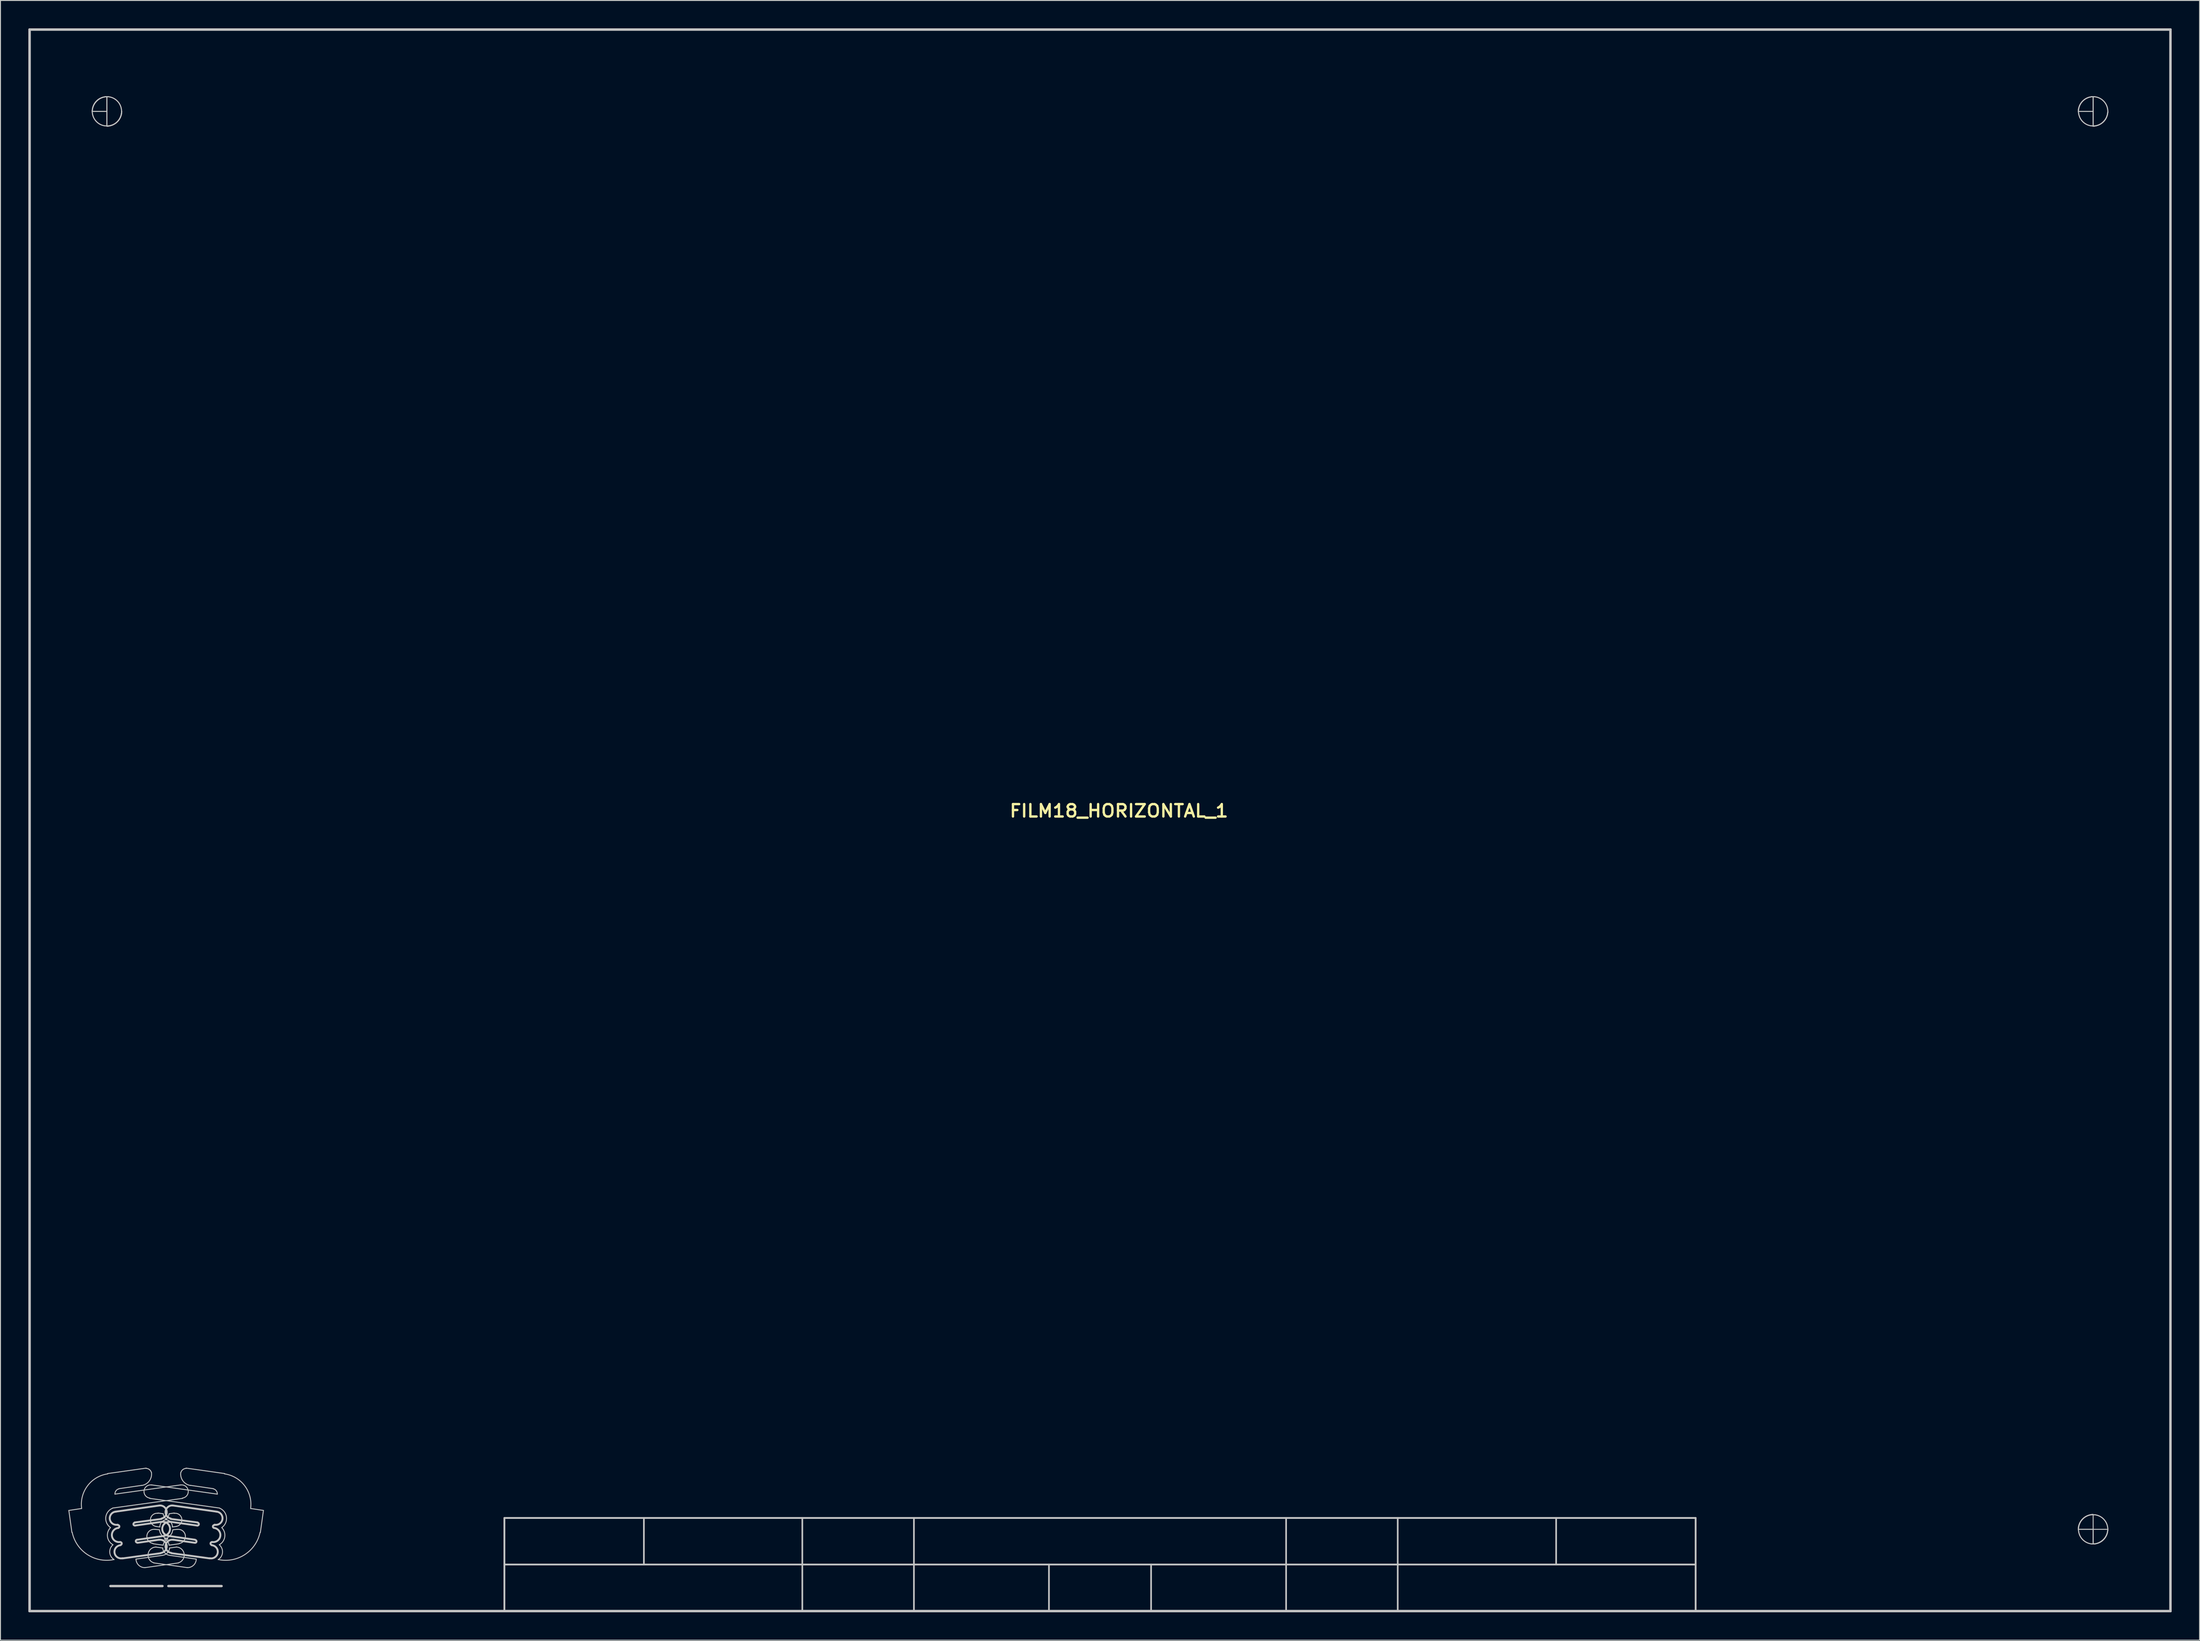
<source format=kicad_pcb>
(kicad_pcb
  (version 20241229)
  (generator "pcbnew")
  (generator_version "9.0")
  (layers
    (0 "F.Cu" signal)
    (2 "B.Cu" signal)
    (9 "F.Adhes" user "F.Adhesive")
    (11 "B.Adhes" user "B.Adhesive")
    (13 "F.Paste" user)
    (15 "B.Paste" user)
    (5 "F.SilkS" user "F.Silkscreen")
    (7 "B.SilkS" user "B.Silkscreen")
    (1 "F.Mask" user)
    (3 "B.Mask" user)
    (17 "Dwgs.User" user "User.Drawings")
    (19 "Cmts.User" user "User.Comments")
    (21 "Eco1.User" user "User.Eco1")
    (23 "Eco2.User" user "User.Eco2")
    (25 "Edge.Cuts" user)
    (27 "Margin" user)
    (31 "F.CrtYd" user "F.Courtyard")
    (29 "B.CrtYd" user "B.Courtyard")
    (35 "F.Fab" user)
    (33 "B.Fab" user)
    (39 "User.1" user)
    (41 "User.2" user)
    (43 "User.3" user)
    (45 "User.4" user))
  (footprint "FILM18_HORIZONTAL_1"
    (layer "F.Cu")
    (at 115.113 85.115)
    (property "Reference" "FILM18_HORIZONTAL_1" (at 2.032 -1.016 0) (unlocked yes) (layer "F.SilkS") (effects (font (size 1.333 1.402) (thickness 0.254))))
    (attr smd)
    (fp_line (start -114.986 -84.988) (end 114.986 -84.988) (stroke (width 0.254) (type solid)) (layer "Dwgs.User"))
    (fp_line (start -114.986 -84.988) (end 114.986 -84.988) (stroke (width 0.254) (type solid)) (layer "Dwgs.User"))
    (fp_line (start -114.986 84.988) (end -114.986 -84.988) (stroke (width 0.254) (type solid)) (layer "Dwgs.User"))
    (fp_line (start -114.986 84.988) (end -114.986 -84.988) (stroke (width 0.254) (type solid)) (layer "Dwgs.User"))
    (fp_line (start -114.986 84.988) (end 114.986 84.988) (stroke (width 0.254) (type solid)) (layer "Dwgs.User"))
    (fp_line (start -114.986 84.988) (end 114.986 84.988) (stroke (width 0.254) (type solid)) (layer "Dwgs.User"))
    (fp_line (start -110.769 74.168) (end -110.439 76.53) (stroke (width 0.1) (type solid)) (layer "Dwgs.User"))
    (fp_line (start -110.769 74.168) (end -109.423 73.965) (stroke (width 0.1) (type solid)) (layer "Dwgs.User"))
    (fp_line (start -108.255 -76.2) (end -106.68 -76.2) (stroke (width 0.1) (type solid)) (layer "Dwgs.User"))
    (fp_line (start -108.255 -76.2) (end -106.68 -76.2) (stroke (width 0.1) (type solid)) (layer "Dwgs.User"))
    (fp_line (start -106.68 -76.2) (end -106.68 -77.775) (stroke (width 0.1) (type solid)) (layer "Dwgs.User"))
    (fp_line (start -106.68 -76.2) (end -106.68 -77.775) (stroke (width 0.1) (type solid)) (layer "Dwgs.User"))
    (fp_line (start -106.68 -74.6) (end -106.68 -76.2) (stroke (width 0.1) (type solid)) (layer "Dwgs.User"))
    (fp_line (start -106.68 -74.6) (end -106.68 -76.2) (stroke (width 0.1) (type solid)) (layer "Dwgs.User"))
    (fp_line (start -106.604 70.206) (end -102.464 69.621) (stroke (width 0.1) (type solid)) (layer "Dwgs.User"))
    (fp_line (start -106.299 82.296) (end -100.711 82.296) (stroke (width 0.254) (type solid)) (layer "Dwgs.User"))
    (fp_line (start -106.07 73.914) (end -98.552 72.873) (stroke (width 0.1) (type solid)) (layer "Dwgs.User"))
    (fp_line (start -105.816 72.415) (end -98.755 71.425) (stroke (width 0.1) (type solid)) (layer "Dwgs.User"))
    (fp_line (start -105.715 74.295) (end -101.016 73.635) (stroke (width 0.203) (type solid)) (layer "Dwgs.User"))
    (fp_line (start -105.385 71.831) (end -102.946 71.476) (stroke (width 0.1) (type solid)) (layer "Dwgs.User"))
    (fp_line (start -105.004 79.324) (end -100.889 78.765) (stroke (width 0.203) (type solid)) (layer "Dwgs.User"))
    (fp_line (start -103.708 75.463) (end -100.813 75.082) (stroke (width 0.203) (type solid)) (layer "Dwgs.User"))
    (fp_line (start -103.657 75.794) (end -100.762 75.387) (stroke (width 0.203) (type solid)) (layer "Dwgs.User"))
    (fp_line (start -103.556 79.4) (end -100.686 78.994) (stroke (width 0.1) (type solid)) (layer "Dwgs.User"))
    (fp_line (start -103.429 77.318) (end -100.559 76.911) (stroke (width 0.203) (type solid)) (layer "Dwgs.User"))
    (fp_line (start -103.403 77.648) (end -101.092 77.318) (stroke (width 0.203) (type solid)) (layer "Dwgs.User"))
    (fp_line (start -102.591 80.315) (end -98.984 79.807) (stroke (width 0.1) (type solid)) (layer "Dwgs.User"))
    (fp_line (start -102.083 72.873) (end -94.564 73.914) (stroke (width 0.1) (type solid)) (layer "Dwgs.User"))
    (fp_line (start -101.879 71.425) (end -94.818 72.415) (stroke (width 0.1) (type solid)) (layer "Dwgs.User"))
    (fp_line (start -101.727 77.749) (end -100.635 77.902) (stroke (width 0.1) (type solid)) (layer "Dwgs.User"))
    (fp_line (start -101.651 79.807) (end -98.044 80.315) (stroke (width 0.1) (type solid)) (layer "Dwgs.User"))
    (fp_line (start -101.524 76.2) (end -101.041 76.251) (stroke (width 0.1) (type solid)) (layer "Dwgs.User"))
    (fp_line (start -101.422 78.105) (end -100.686 78.207) (stroke (width 0.1) (type solid)) (layer "Dwgs.User"))
    (fp_line (start -101.397 75.895) (end -100.99 75.946) (stroke (width 0.1) (type solid)) (layer "Dwgs.User"))
    (fp_line (start -101.194 74.447) (end -100.635 74.524) (stroke (width 0.1) (type solid)) (layer "Dwgs.User"))
    (fp_line (start -100.076 76.911) (end -97.206 77.318) (stroke (width 0.203) (type solid)) (layer "Dwgs.User"))
    (fp_line (start -100.076 82.296) (end -94.361 82.296) (stroke (width 0.254) (type solid)) (layer "Dwgs.User"))
    (fp_line (start -100 74.524) (end -99.441 74.447) (stroke (width 0.1) (type solid)) (layer "Dwgs.User"))
    (fp_line (start -100 77.902) (end -98.908 77.749) (stroke (width 0.1) (type solid)) (layer "Dwgs.User"))
    (fp_line (start -99.949 78.207) (end -99.212 78.105) (stroke (width 0.1) (type solid)) (layer "Dwgs.User"))
    (fp_line (start -99.949 78.994) (end -97.079 79.4) (stroke (width 0.1) (type solid)) (layer "Dwgs.User"))
    (fp_line (start -99.873 75.387) (end -96.977 75.794) (stroke (width 0.203) (type solid)) (layer "Dwgs.User"))
    (fp_line (start -99.822 75.082) (end -96.926 75.463) (stroke (width 0.203) (type solid)) (layer "Dwgs.User"))
    (fp_line (start -99.746 78.765) (end -95.631 79.324) (stroke (width 0.203) (type solid)) (layer "Dwgs.User"))
    (fp_line (start -99.644 75.946) (end -99.238 75.895) (stroke (width 0.1) (type solid)) (layer "Dwgs.User"))
    (fp_line (start -99.619 73.635) (end -94.92 74.295) (stroke (width 0.203) (type solid)) (layer "Dwgs.User"))
    (fp_line (start -99.593 76.251) (end -99.136 76.2) (stroke (width 0.1) (type solid)) (layer "Dwgs.User"))
    (fp_line (start -99.543 77.318) (end -97.231 77.648) (stroke (width 0.203) (type solid)) (layer "Dwgs.User"))
    (fp_line (start -98.171 69.621) (end -94.031 70.206) (stroke (width 0.1) (type solid)) (layer "Dwgs.User"))
    (fp_line (start -97.688 71.476) (end -95.25 71.831) (stroke (width 0.1) (type solid)) (layer "Dwgs.User"))
    (fp_line (start -91.211 73.965) (end -89.865 74.168) (stroke (width 0.1) (type solid)) (layer "Dwgs.User"))
    (fp_line (start -90.195 76.53) (end -89.865 74.168) (stroke (width 0.1) (type solid)) (layer "Dwgs.User"))
    (fp_line (start -63.983 74.981) (end 63.983 74.981) (stroke (width 0.178) (type solid)) (layer "Dwgs.User"))
    (fp_line (start -63.983 74.981) (end 63.983 74.981) (stroke (width 0.178) (type solid)) (layer "Dwgs.User"))
    (fp_line (start -63.983 79.985) (end 63.983 79.985) (stroke (width 0.178) (type solid)) (layer "Dwgs.User"))
    (fp_line (start -63.983 79.985) (end 63.983 79.985) (stroke (width 0.178) (type solid)) (layer "Dwgs.User"))
    (fp_line (start -63.983 84.988) (end -63.983 74.981) (stroke (width 0.178) (type solid)) (layer "Dwgs.User"))
    (fp_line (start -63.983 84.988) (end -63.983 74.981) (stroke (width 0.178) (type solid)) (layer "Dwgs.User"))
    (fp_line (start -63.983 84.988) (end 63.983 84.988) (stroke (width 0.178) (type solid)) (layer "Dwgs.User"))
    (fp_line (start -63.983 84.988) (end 63.983 84.988) (stroke (width 0.178) (type solid)) (layer "Dwgs.User"))
    (fp_line (start -48.997 79.985) (end -48.997 74.981) (stroke (width 0.178) (type solid)) (layer "Dwgs.User"))
    (fp_line (start -31.979 84.988) (end -31.979 74.981) (stroke (width 0.178) (type solid)) (layer "Dwgs.User"))
    (fp_line (start -19.99 84.988) (end -19.99 74.981) (stroke (width 0.178) (type solid)) (layer "Dwgs.User"))
    (fp_line (start -19.99 84.988) (end -19.482 84.988) (stroke (width 0.178) (type solid)) (layer "Dwgs.User"))
    (fp_line (start -5.486 84.988) (end -5.486 79.985) (stroke (width 0.178) (type solid)) (layer "Dwgs.User"))
    (fp_line (start 5.486 84.988) (end 5.486 79.985) (stroke (width 0.178) (type solid)) (layer "Dwgs.User"))
    (fp_line (start 19.482 84.988) (end 19.99 84.988) (stroke (width 0.178) (type solid)) (layer "Dwgs.User"))
    (fp_line (start 19.99 84.988) (end 19.99 74.981) (stroke (width 0.178) (type solid)) (layer "Dwgs.User"))
    (fp_line (start 31.979 84.988) (end 31.979 74.981) (stroke (width 0.178) (type solid)) (layer "Dwgs.User"))
    (fp_line (start 48.997 79.985) (end 48.997 74.981) (stroke (width 0.178) (type solid)) (layer "Dwgs.User"))
    (fp_line (start 63.983 84.988) (end 63.983 74.981) (stroke (width 0.178) (type solid)) (layer "Dwgs.User"))
    (fp_line (start 63.983 84.988) (end 63.983 74.981) (stroke (width 0.178) (type solid)) (layer "Dwgs.User"))
    (fp_line (start 105.08 -76.2) (end 106.68 -76.2) (stroke (width 0.1) (type solid)) (layer "Dwgs.User"))
    (fp_line (start 105.08 -76.2) (end 106.68 -76.2) (stroke (width 0.1) (type solid)) (layer "Dwgs.User"))
    (fp_line (start 105.08 76.2) (end 106.68 76.2) (stroke (width 0.1) (type solid)) (layer "Dwgs.User"))
    (fp_line (start 105.08 76.2) (end 106.68 76.2) (stroke (width 0.1) (type solid)) (layer "Dwgs.User"))
    (fp_line (start 106.68 -76.2) (end 106.68 -77.775) (stroke (width 0.1) (type solid)) (layer "Dwgs.User"))
    (fp_line (start 106.68 -76.2) (end 106.68 -77.775) (stroke (width 0.1) (type solid)) (layer "Dwgs.User"))
    (fp_line (start 106.68 -74.6) (end 106.68 -76.2) (stroke (width 0.1) (type solid)) (layer "Dwgs.User"))
    (fp_line (start 106.68 -74.6) (end 106.68 -76.2) (stroke (width 0.1) (type solid)) (layer "Dwgs.User"))
    (fp_line (start 106.68 76.2) (end 106.68 74.6) (stroke (width 0.1) (type solid)) (layer "Dwgs.User"))
    (fp_line (start 106.68 76.2) (end 108.255 76.2) (stroke (width 0.1) (type solid)) (layer "Dwgs.User"))
    (fp_line (start 106.68 77.775) (end 106.68 76.2) (stroke (width 0.1) (type solid)) (layer "Dwgs.User"))
    (fp_line (start 106.68 77.775) (end 106.68 76.2) (stroke (width 0.1) (type solid)) (layer "Dwgs.User"))
    (fp_line (start 114.986 84.988) (end 114.986 -84.988) (stroke (width 0.254) (type solid)) (layer "Dwgs.User"))
    (fp_line (start 114.986 84.988) (end 114.986 -84.988) (stroke (width 0.254) (type solid)) (layer "Dwgs.User"))
    (fp_arc (start -109.391065 73.96715) (mid -108.758295 71.520407) (end -106.58075 70.237735) (stroke (width 0.1) (type solid)) (layer "Dwgs.User"))
    (fp_arc (start -108.253998 -76.200262) (mid -107.777669 -77.299676) (end -106.677425 -77.774085) (stroke (width 0.1) (type solid)) (layer "Dwgs.User"))
    (fp_arc (start -108.253998 -76.200262) (mid -107.777669 -77.299676) (end -106.677425 -77.774085) (stroke (width 0.1) (type solid)) (layer "Dwgs.User"))
    (fp_arc (start -106.303046 76.005905) (mid -106.799676 74.899564) (end -106.071972 73.929472) (stroke (width 0.1) (type solid)) (layer "Dwgs.User"))
    (fp_arc (start -106.032594 77.853926) (mid -106.617829 76.99761) (end -106.291298 76.013154) (stroke (width 0.1) (type solid)) (layer "Dwgs.User"))
    (fp_arc (start -105.925 79.446065) (mid -108.772178 78.91323) (end -110.408665 76.5232) (stroke (width 0.1) (type solid)) (layer "Dwgs.User"))
    (fp_arc (start -105.906602 79.454904) (mid -106.372412 78.687274) (end -106.026628 77.85862) (stroke (width 0.1) (type solid)) (layer "Dwgs.User"))
    (fp_arc (start -105.815582 72.420219) (mid -105.703584 72.053316) (end -105.381401 71.845087) (stroke (width 0.1) (type solid)) (layer "Dwgs.User"))
    (fp_arc (start -105.516133 75.701859) (mid -106.368279 75.10518) (end -105.713611 74.296732) (stroke (width 0.2032) (type solid)) (layer "Dwgs.User"))
    (fp_arc (start -105.50741 75.744283) (mid -105.335283 75.87399) (end -105.46499 76.046117) (stroke (width 0.2032) (type solid)) (layer "Dwgs.User"))
    (fp_arc (start -105.25341 77.573083) (mid -105.081283 77.70279) (end -105.21099 77.874917) (stroke (width 0.2032) (type solid)) (layer "Dwgs.User"))
    (fp_arc (start -105.25097 77.559791) (mid -106.139276 76.914992) (end -105.461605 76.051501) (stroke (width 0.2032) (type solid)) (layer "Dwgs.User"))
    (fp_arc (start -105.080602 -76.174338) (mid -105.556931 -75.074924) (end -106.657175 -74.600515) (stroke (width 0.1) (type solid)) (layer "Dwgs.User"))
    (fp_arc (start -105.080602 -76.174338) (mid -105.556931 -75.074924) (end -106.657175 -74.600515) (stroke (width 0.1) (type solid)) (layer "Dwgs.User"))
    (fp_arc (start -105.011778 79.309423) (mid -105.860278 78.71198) (end -105.209325 77.903802) (stroke (width 0.2032) (type solid)) (layer "Dwgs.User"))
    (fp_arc (start -103.663172 75.79233) (mid -103.833716 75.66241) (end -103.705589 75.490514) (stroke (width 0.2032) (type solid)) (layer "Dwgs.User"))
    (fp_arc (start -103.409172 77.62113) (mid -103.579716 77.49121) (end -103.451589 77.319314) (stroke (width 0.2032) (type solid)) (layer "Dwgs.User"))
    (fp_arc (start -102.591399 80.314478) (mid -103.261725 80.057835) (end -103.555386 79.40288) (stroke (width 0.1) (type solid)) (layer "Dwgs.User"))
    (fp_arc (start -102.47517 69.646957) (mid -102.122134 69.769552) (end -101.906978 70.07512) (stroke (width 0.1) (type solid)) (layer "Dwgs.User"))
    (fp_arc (start -102.066441 72.842049) (mid -102.685279 72.03702) (end -101.868518 71.433751) (stroke (width 0.1) (type solid)) (layer "Dwgs.User"))
    (fp_arc (start -101.890623 70.089641) (mid -102.130673 71.006286) (end -102.946484 71.488275) (stroke (width 0.1) (type solid)) (layer "Dwgs.User"))
    (fp_arc (start -101.724861 77.717481) (mid -102.379984 76.85595) (end -101.512769 76.20837) (stroke (width 0.1) (type solid)) (layer "Dwgs.User"))
    (fp_arc (start -101.639184 79.797488) (mid -102.251996 78.84841) (end -101.401322 78.105012) (stroke (width 0.1) (type solid)) (layer "Dwgs.User"))
    (fp_arc (start -101.391721 75.88862) (mid -101.999392 75.084406) (end -101.192534 74.480249) (stroke (width 0.1) (type solid)) (layer "Dwgs.User"))
    (fp_arc (start -101.077482 77.326551) (mid -100.260721 77.92982) (end -100.879559 78.734849) (stroke (width 0.2032) (type solid)) (layer "Dwgs.User"))
    (fp_arc (start -101.0208 73.636792) (mid -100.260808 74.246205) (end -100.821993 75.042474) (stroke (width 0.2032) (type solid)) (layer "Dwgs.User"))
    (fp_arc (start -100.989786 75.95118) (mid -100.785237 75.400431) (end -100.249676 75.158897) (stroke (width 0.1) (type solid)) (layer "Dwgs.User"))
    (fp_arc (start -100.778089 75.396375) (mid -99.905709 76.042492) (end -100.564696 76.905191) (stroke (width 0.2032) (type solid)) (layer "Dwgs.User"))
    (fp_arc (start -100.631433 77.905267) (mid -100.477483 77.505779) (end -100.137261 77.245894) (stroke (width 0.1) (type solid)) (layer "Dwgs.User"))
    (fp_arc (start -100.497339 77.245893) (mid -100.157116 77.505778) (end -100.003166 77.905267) (stroke (width 0.1) (type solid)) (layer "Dwgs.User"))
    (fp_arc (start -100.384924 75.158897) (mid -99.849362 75.400431) (end -99.644814 75.95118) (stroke (width 0.1) (type solid)) (layer "Dwgs.User"))
    (fp_arc (start -100.251514 75.137444) (mid -100.509785 74.880522) (end -100.629891 74.536592) (stroke (width 0.1) (type solid)) (layer "Dwgs.User"))
    (fp_arc (start -100.134933 77.221237) (mid -100.738295 76.88885) (end -101.032141 76.265807) (stroke (width 0.1) (type solid)) (layer "Dwgs.User"))
    (fp_arc (start -100.068584 76.905357) (mid -100.729077 76.043809) (end -99.857825 75.39617) (stroke (width 0.2032) (type solid)) (layer "Dwgs.User"))
    (fp_arc (start -100.004708 74.536592) (mid -100.124814 74.880522) (end -100.383085 75.137444) (stroke (width 0.1) (type solid)) (layer "Dwgs.User"))
    (fp_arc (start -99.958257 78.986637) (mid -100.461417 78.726381) (end -100.684125 78.205511) (stroke (width 0.1) (type solid)) (layer "Dwgs.User"))
    (fp_arc (start -99.950475 78.205511) (mid -100.173182 78.726381) (end -100.676343 78.986637) (stroke (width 0.1) (type solid)) (layer "Dwgs.User"))
    (fp_arc (start -99.812607 75.042474) (mid -100.373879 74.24682) (end -99.615037 73.636696) (stroke (width 0.2032) (type solid)) (layer "Dwgs.User"))
    (fp_arc (start -99.755041 78.734849) (mid -100.373879 77.92982) (end -99.557118 77.326551) (stroke (width 0.2032) (type solid)) (layer "Dwgs.User"))
    (fp_arc (start -99.602459 76.265807) (mid -99.896305 76.88885) (end -100.499667 77.221237) (stroke (width 0.1) (type solid)) (layer "Dwgs.User"))
    (fp_arc (start -99.440838 74.480071) (mid -98.635035 75.085635) (end -99.244109 75.888787) (stroke (width 0.1) (type solid)) (layer "Dwgs.User"))
    (fp_arc (start -99.233278 78.105012) (mid -98.382605 78.84841) (end -98.995416 79.797488) (stroke (width 0.1) (type solid)) (layer "Dwgs.User"))
    (fp_arc (start -99.121831 76.20837) (mid -98.254616 76.85595) (end -98.909739 77.717481) (stroke (width 0.1) (type solid)) (layer "Dwgs.User"))
    (fp_arc (start -98.764856 71.433556) (mid -97.949235 72.037635) (end -98.568159 72.842049) (stroke (width 0.1) (type solid)) (layer "Dwgs.User"))
    (fp_arc (start -98.727622 70.07512) (mid -98.512466 69.769552) (end -98.15943 69.646957) (stroke (width 0.1) (type solid)) (layer "Dwgs.User"))
    (fp_arc (start -97.690266 71.487964) (mid -98.505235 71.004551) (end -98.743685 70.087488) (stroke (width 0.1) (type solid)) (layer "Dwgs.User"))
    (fp_arc (start -97.186172 77.34427) (mid -97.054884 77.51661) (end -97.228589 77.646086) (stroke (width 0.2032) (type solid)) (layer "Dwgs.User"))
    (fp_arc (start -97.079263 79.40452) (mid -97.374068 80.058962) (end -98.044841 80.314434) (stroke (width 0.1) (type solid)) (layer "Dwgs.User"))
    (fp_arc (start -96.932172 75.49007) (mid -96.800884 75.66241) (end -96.974589 75.791886) (stroke (width 0.2032) (type solid)) (layer "Dwgs.User"))
    (fp_arc (start -95.425275 77.903802) (mid -94.774321 78.71198) (end -95.622822 79.309423) (stroke (width 0.2032) (type solid)) (layer "Dwgs.User"))
    (fp_arc (start -95.42361 77.874917) (mid -95.553317 77.70279) (end -95.38119 77.573083) (stroke (width 0.2032) (type solid)) (layer "Dwgs.User"))
    (fp_arc (start -95.252248 71.845303) (mid -94.930429 72.054095) (end -94.819071 72.421193) (stroke (width 0.1) (type solid)) (layer "Dwgs.User"))
    (fp_arc (start -95.171672 76.051636) (mid -94.495508 76.916309) (end -95.384939 77.559557) (stroke (width 0.2032) (type solid)) (layer "Dwgs.User"))
    (fp_arc (start -95.16961 76.046117) (mid -95.299317 75.87399) (end -95.12719 75.744283) (stroke (width 0.2032) (type solid)) (layer "Dwgs.User"))
    (fp_arc (start -94.920989 74.296732) (mid -94.266321 75.10518) (end -95.118467 75.701859) (stroke (width 0.2032) (type solid)) (layer "Dwgs.User"))
    (fp_arc (start -94.607972 77.85862) (mid -94.262188 78.687274) (end -94.727998 79.454904) (stroke (width 0.1) (type solid)) (layer "Dwgs.User"))
    (fp_arc (start -94.562628 73.929472) (mid -93.834924 74.899564) (end -94.331554 76.005905) (stroke (width 0.1) (type solid)) (layer "Dwgs.User"))
    (fp_arc (start -94.343302 76.013154) (mid -94.016771 76.99761) (end -94.602006 77.853926) (stroke (width 0.1) (type solid)) (layer "Dwgs.User"))
    (fp_arc (start -94.05385 70.237735) (mid -91.876305 71.520407) (end -91.243535 73.96715) (stroke (width 0.1) (type solid)) (layer "Dwgs.User"))
    (fp_arc (start -90.225935 76.5232) (mid -91.862422 78.91323) (end -94.7096 79.446065) (stroke (width 0.1) (type solid)) (layer "Dwgs.User"))
    (fp_arc (start 105.080602 -76.200262) (mid 105.556931 -77.299676) (end 106.657175 -77.774085) (stroke (width 0.1) (type solid)) (layer "Dwgs.User"))
    (fp_arc (start 105.080602 -76.200262) (mid 105.556931 -77.299676) (end 106.657175 -77.774085) (stroke (width 0.1) (type solid)) (layer "Dwgs.User"))
    (fp_arc (start 105.080602 76.174338) (mid 105.556931 75.074924) (end 106.657175 74.600515) (stroke (width 0.1) (type solid)) (layer "Dwgs.User"))
    (fp_arc (start 105.080602 76.174338) (mid 105.556931 75.074924) (end 106.657175 74.600515) (stroke (width 0.1) (type solid)) (layer "Dwgs.User"))
    (fp_arc (start 108.253998 -76.174338) (mid 107.777669 -75.074924) (end 106.677425 -74.600515) (stroke (width 0.1) (type solid)) (layer "Dwgs.User"))
    (fp_arc (start 108.253998 -76.174338) (mid 107.777669 -75.074924) (end 106.677425 -74.600515) (stroke (width 0.1) (type solid)) (layer "Dwgs.User"))
    (fp_arc (start 108.253998 76.200262) (mid 107.777669 77.299676) (end 106.677425 77.774085) (stroke (width 0.1) (type solid)) (layer "Dwgs.User"))
    (fp_arc (start 108.253998 76.200262) (mid 107.777669 77.299676) (end 106.677425 77.774085) (stroke (width 0.1) (type solid)) (layer "Dwgs.User"))
    (fp_circle (center -106.68 -76.2) (end -105.105 -76.2) (stroke (width 0.102) (type solid)) (fill no) (layer "Dwgs.User"))
    (fp_circle (center -106.68 -76.2) (end -105.105 -76.2) (stroke (width 0.102) (type solid)) (fill no) (layer "Dwgs.User"))
    (fp_circle (center 106.68 -76.2) (end 108.255 -76.2) (stroke (width 0.102) (type solid)) (fill no) (layer "Dwgs.User"))
    (fp_circle (center 106.68 -76.2) (end 108.255 -76.2) (stroke (width 0.102) (type solid)) (fill no) (layer "Dwgs.User"))
    (fp_circle (center 106.68 76.2) (end 108.255 76.2) (stroke (width 0.102) (type solid)) (fill no) (layer "Dwgs.User"))
    (fp_circle (center 106.68 76.2) (end 108.255 76.2) (stroke (width 0.102) (type solid)) (fill no) (layer "Dwgs.User")))
  (gr_rect
    (start -3 -3)
    (end 233.226 173.231)
    (stroke (width 0.1) (type default))
    (fill no)
    (layer "Edge.Cuts")))
</source>
